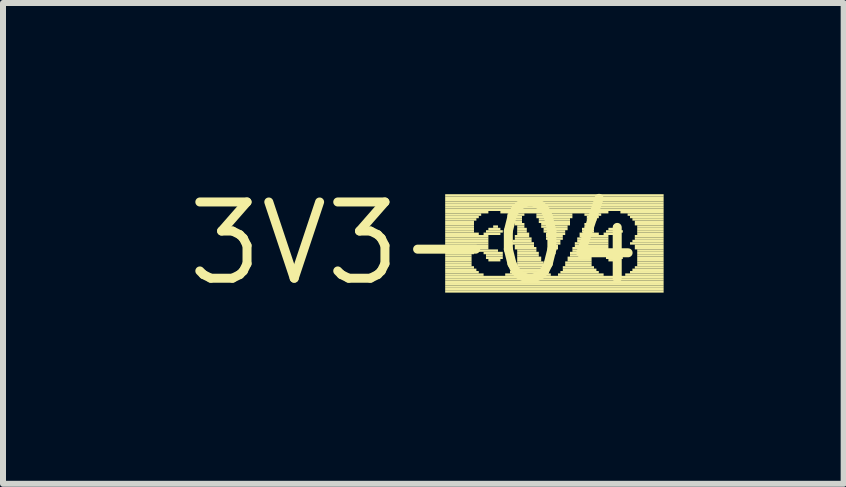
<source format=kicad_pcb>
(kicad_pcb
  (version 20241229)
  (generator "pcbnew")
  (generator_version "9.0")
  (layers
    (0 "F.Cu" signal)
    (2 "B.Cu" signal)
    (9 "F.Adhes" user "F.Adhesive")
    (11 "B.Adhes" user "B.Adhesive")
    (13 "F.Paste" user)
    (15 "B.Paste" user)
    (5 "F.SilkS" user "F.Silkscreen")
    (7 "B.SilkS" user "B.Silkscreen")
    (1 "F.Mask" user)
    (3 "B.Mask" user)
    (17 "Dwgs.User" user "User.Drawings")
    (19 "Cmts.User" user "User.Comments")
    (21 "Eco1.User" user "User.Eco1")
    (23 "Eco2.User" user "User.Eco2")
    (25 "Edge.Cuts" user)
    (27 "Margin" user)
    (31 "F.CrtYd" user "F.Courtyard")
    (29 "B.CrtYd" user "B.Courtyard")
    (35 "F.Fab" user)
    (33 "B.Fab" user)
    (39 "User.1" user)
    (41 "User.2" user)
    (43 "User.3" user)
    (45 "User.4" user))
  (footprint "3V3-04"
    (layer "F.Cu")
    (at 3.848 1.006)
    (property "Reference" "3V3-04" (at 0 0 0) (layer "F.SilkS") (effects (font (size 1.27 1.27) (thickness 0.15))))
    (fp_poly (pts (xy 0.52 -0.78) (xy 4.16 -0.78) (xy 4.16 -0.82) (xy 0.52 -0.82)) (stroke (width 0) (type solid)) (fill yes) (layer "F.SilkS"))
    (fp_poly (pts (xy 0.52 -0.74) (xy 4.16 -0.74) (xy 4.16 -0.78) (xy 0.52 -0.78)) (stroke (width 0) (type solid)) (fill yes) (layer "F.SilkS"))
    (fp_poly (pts (xy 0.52 -0.7) (xy 4.16 -0.7) (xy 4.16 -0.74) (xy 0.52 -0.74)) (stroke (width 0) (type solid)) (fill yes) (layer "F.SilkS"))
    (fp_poly (pts (xy 0.52 -0.66) (xy 4.16 -0.66) (xy 4.16 -0.7) (xy 0.52 -0.7)) (stroke (width 0) (type solid)) (fill yes) (layer "F.SilkS"))
    (fp_poly (pts (xy 0.52 -0.62) (xy 4.16 -0.62) (xy 4.16 -0.66) (xy 0.52 -0.66)) (stroke (width 0) (type solid)) (fill yes) (layer "F.SilkS"))
    (fp_poly (pts (xy 0.52 -0.58) (xy 4.16 -0.58) (xy 4.16 -0.62) (xy 0.52 -0.62)) (stroke (width 0) (type solid)) (fill yes) (layer "F.SilkS"))
    (fp_poly (pts (xy 0.52 -0.54) (xy 4.16 -0.54) (xy 4.16 -0.58) (xy 0.52 -0.58)) (stroke (width 0) (type solid)) (fill yes) (layer "F.SilkS"))
    (fp_poly (pts (xy 0.52 -0.5) (xy 1.24 -0.5) (xy 1.24 -0.54) (xy 0.52 -0.54)) (stroke (width 0) (type solid)) (fill yes) (layer "F.SilkS"))
    (fp_poly (pts (xy 0.52 -0.46) (xy 1.12 -0.46) (xy 1.12 -0.5) (xy 0.52 -0.5)) (stroke (width 0) (type solid)) (fill yes) (layer "F.SilkS"))
    (fp_poly (pts (xy 0.52 -0.42) (xy 1.08 -0.42) (xy 1.08 -0.46) (xy 0.52 -0.46)) (stroke (width 0) (type solid)) (fill yes) (layer "F.SilkS"))
    (fp_poly (pts (xy 0.52 -0.38) (xy 1.04 -0.38) (xy 1.04 -0.42) (xy 0.52 -0.42)) (stroke (width 0) (type solid)) (fill yes) (layer "F.SilkS"))
    (fp_poly (pts (xy 0.52 -0.34) (xy 1 -0.34) (xy 1 -0.38) (xy 0.52 -0.38)) (stroke (width 0) (type solid)) (fill yes) (layer "F.SilkS"))
    (fp_poly (pts (xy 0.52 -0.3) (xy 1 -0.3) (xy 1 -0.34) (xy 0.52 -0.34)) (stroke (width 0) (type solid)) (fill yes) (layer "F.SilkS"))
    (fp_poly (pts (xy 0.52 -0.26) (xy 1 -0.26) (xy 1 -0.3) (xy 0.52 -0.3)) (stroke (width 0) (type solid)) (fill yes) (layer "F.SilkS"))
    (fp_poly (pts (xy 0.52 -0.22) (xy 1 -0.22) (xy 1 -0.26) (xy 0.52 -0.26)) (stroke (width 0) (type solid)) (fill yes) (layer "F.SilkS"))
    (fp_poly (pts (xy 0.52 -0.18) (xy 1 -0.18) (xy 1 -0.22) (xy 0.52 -0.22)) (stroke (width 0) (type solid)) (fill yes) (layer "F.SilkS"))
    (fp_poly (pts (xy 0.52 -0.14) (xy 1.08 -0.14) (xy 1.08 -0.18) (xy 0.52 -0.18)) (stroke (width 0) (type solid)) (fill yes) (layer "F.SilkS"))
    (fp_poly (pts (xy 0.52 -0.1) (xy 1.24 -0.1) (xy 1.24 -0.14) (xy 0.52 -0.14)) (stroke (width 0) (type solid)) (fill yes) (layer "F.SilkS"))
    (fp_poly (pts (xy 0.52 -0.06) (xy 1.24 -0.06) (xy 1.24 -0.1) (xy 0.52 -0.1)) (stroke (width 0) (type solid)) (fill yes) (layer "F.SilkS"))
    (fp_poly (pts (xy 0.52 -0.02) (xy 1.24 -0.02) (xy 1.24 -0.06) (xy 0.52 -0.06)) (stroke (width 0) (type solid)) (fill yes) (layer "F.SilkS"))
    (fp_poly (pts (xy 0.52 0.02) (xy 1.24 0.02) (xy 1.24 -0.02) (xy 0.52 -0.02)) (stroke (width 0) (type solid)) (fill yes) (layer "F.SilkS"))
    (fp_poly (pts (xy 0.52 0.06) (xy 1.24 0.06) (xy 1.24 0.02) (xy 0.52 0.02)) (stroke (width 0) (type solid)) (fill yes) (layer "F.SilkS"))
    (fp_poly (pts (xy 0.52 0.1) (xy 1.24 0.1) (xy 1.24 0.06) (xy 0.52 0.06)) (stroke (width 0) (type solid)) (fill yes) (layer "F.SilkS"))
    (fp_poly (pts (xy 0.52 0.14) (xy 1.4 0.14) (xy 1.4 0.1) (xy 0.52 0.1)) (stroke (width 0) (type solid)) (fill yes) (layer "F.SilkS"))
    (fp_poly (pts (xy 0.52 0.18) (xy 1 0.18) (xy 1 0.14) (xy 0.52 0.14)) (stroke (width 0) (type solid)) (fill yes) (layer "F.SilkS"))
    (fp_poly (pts (xy 0.52 0.22) (xy 0.96 0.22) (xy 0.96 0.18) (xy 0.52 0.18)) (stroke (width 0) (type solid)) (fill yes) (layer "F.SilkS"))
    (fp_poly (pts (xy 0.52 0.26) (xy 0.96 0.26) (xy 0.96 0.22) (xy 0.52 0.22)) (stroke (width 0) (type solid)) (fill yes) (layer "F.SilkS"))
    (fp_poly (pts (xy 0.52 0.3) (xy 0.96 0.3) (xy 0.96 0.26) (xy 0.52 0.26)) (stroke (width 0) (type solid)) (fill yes) (layer "F.SilkS"))
    (fp_poly (pts (xy 0.52 0.34) (xy 0.96 0.34) (xy 0.96 0.3) (xy 0.52 0.3)) (stroke (width 0) (type solid)) (fill yes) (layer "F.SilkS"))
    (fp_poly (pts (xy 0.52 0.38) (xy 0.96 0.38) (xy 0.96 0.34) (xy 0.52 0.34)) (stroke (width 0) (type solid)) (fill yes) (layer "F.SilkS"))
    (fp_poly (pts (xy 0.52 0.42) (xy 1 0.42) (xy 1 0.38) (xy 0.52 0.38)) (stroke (width 0) (type solid)) (fill yes) (layer "F.SilkS"))
    (fp_poly (pts (xy 0.52 0.46) (xy 1.04 0.46) (xy 1.04 0.42) (xy 0.52 0.42)) (stroke (width 0) (type solid)) (fill yes) (layer "F.SilkS"))
    (fp_poly (pts (xy 0.52 0.5) (xy 1.08 0.5) (xy 1.08 0.46) (xy 0.52 0.46)) (stroke (width 0) (type solid)) (fill yes) (layer "F.SilkS"))
    (fp_poly (pts (xy 0.52 0.54) (xy 1.16 0.54) (xy 1.16 0.5) (xy 0.52 0.5)) (stroke (width 0) (type solid)) (fill yes) (layer "F.SilkS"))
    (fp_poly (pts (xy 0.52 0.58) (xy 4.16 0.58) (xy 4.16 0.54) (xy 0.52 0.54)) (stroke (width 0) (type solid)) (fill yes) (layer "F.SilkS"))
    (fp_poly (pts (xy 0.52 0.62) (xy 4.16 0.62) (xy 4.16 0.58) (xy 0.52 0.58)) (stroke (width 0) (type solid)) (fill yes) (layer "F.SilkS"))
    (fp_poly (pts (xy 0.52 0.66) (xy 4.16 0.66) (xy 4.16 0.62) (xy 0.52 0.62)) (stroke (width 0) (type solid)) (fill yes) (layer "F.SilkS"))
    (fp_poly (pts (xy 0.52 0.7) (xy 4.16 0.7) (xy 4.16 0.66) (xy 0.52 0.66)) (stroke (width 0) (type solid)) (fill yes) (layer "F.SilkS"))
    (fp_poly (pts (xy 0.52 0.74) (xy 4.16 0.74) (xy 4.16 0.7) (xy 0.52 0.7)) (stroke (width 0) (type solid)) (fill yes) (layer "F.SilkS"))
    (fp_poly (pts (xy 0.52 0.78) (xy 4.16 0.78) (xy 4.16 0.74) (xy 0.52 0.74)) (stroke (width 0) (type solid)) (fill yes) (layer "F.SilkS"))
    (fp_poly (pts (xy 0.52 0.82) (xy 4.16 0.82) (xy 4.16 0.78) (xy 0.52 0.78)) (stroke (width 0) (type solid)) (fill yes) (layer "F.SilkS"))
    (fp_poly (pts (xy 1.16 -0.14) (xy 1.44 -0.14) (xy 1.44 -0.18) (xy 1.16 -0.18)) (stroke (width 0) (type solid)) (fill yes) (layer "F.SilkS"))
    (fp_poly (pts (xy 1.16 0.18) (xy 1.48 0.18) (xy 1.48 0.14) (xy 1.16 0.14)) (stroke (width 0) (type solid)) (fill yes) (layer "F.SilkS"))
    (fp_poly (pts (xy 1.2 -0.18) (xy 1.48 -0.18) (xy 1.48 -0.22) (xy 1.2 -0.22)) (stroke (width 0) (type solid)) (fill yes) (layer "F.SilkS"))
    (fp_poly (pts (xy 1.2 0.22) (xy 1.48 0.22) (xy 1.48 0.18) (xy 1.2 0.18)) (stroke (width 0) (type solid)) (fill yes) (layer "F.SilkS"))
    (fp_poly (pts (xy 1.2 0.26) (xy 1.48 0.26) (xy 1.48 0.22) (xy 1.2 0.22)) (stroke (width 0) (type solid)) (fill yes) (layer "F.SilkS"))
    (fp_poly (pts (xy 1.24 -0.22) (xy 1.44 -0.22) (xy 1.44 -0.26) (xy 1.24 -0.26)) (stroke (width 0) (type solid)) (fill yes) (layer "F.SilkS"))
    (fp_poly (pts (xy 1.24 0.3) (xy 1.44 0.3) (xy 1.44 0.26) (xy 1.24 0.26)) (stroke (width 0) (type solid)) (fill yes) (layer "F.SilkS"))
    (fp_poly (pts (xy 1.32 -0.26) (xy 1.4 -0.26) (xy 1.4 -0.3) (xy 1.32 -0.3)) (stroke (width 0) (type solid)) (fill yes) (layer "F.SilkS"))
    (fp_poly (pts (xy 1.44 -0.5) (xy 3.24 -0.5) (xy 3.24 -0.54) (xy 1.44 -0.54)) (stroke (width 0) (type solid)) (fill yes) (layer "F.SilkS"))
    (fp_poly (pts (xy 1.52 0.54) (xy 2.28 0.54) (xy 2.28 0.5) (xy 1.52 0.5)) (stroke (width 0) (type solid)) (fill yes) (layer "F.SilkS"))
    (fp_poly (pts (xy 1.56 -0.46) (xy 1.84 -0.46) (xy 1.84 -0.5) (xy 1.56 -0.5)) (stroke (width 0) (type solid)) (fill yes) (layer "F.SilkS"))
    (fp_poly (pts (xy 1.6 -0.42) (xy 1.8 -0.42) (xy 1.8 -0.46) (xy 1.6 -0.46)) (stroke (width 0) (type solid)) (fill yes) (layer "F.SilkS"))
    (fp_poly (pts (xy 1.6 0.02) (xy 2 0.02) (xy 2 -0.02) (xy 1.6 -0.02)) (stroke (width 0) (type solid)) (fill yes) (layer "F.SilkS"))
    (fp_poly (pts (xy 1.6 0.5) (xy 2.24 0.5) (xy 2.24 0.46) (xy 1.6 0.46)) (stroke (width 0) (type solid)) (fill yes) (layer "F.SilkS"))
    (fp_poly (pts (xy 1.64 -0.38) (xy 1.8 -0.38) (xy 1.8 -0.42) (xy 1.64 -0.42)) (stroke (width 0) (type solid)) (fill yes) (layer "F.SilkS"))
    (fp_poly (pts (xy 1.64 -0.02) (xy 1.96 -0.02) (xy 1.96 -0.06) (xy 1.64 -0.06)) (stroke (width 0) (type solid)) (fill yes) (layer "F.SilkS"))
    (fp_poly (pts (xy 1.64 0.46) (xy 2.2 0.46) (xy 2.2 0.42) (xy 1.64 0.42)) (stroke (width 0) (type solid)) (fill yes) (layer "F.SilkS"))
    (fp_poly (pts (xy 1.68 -0.34) (xy 1.8 -0.34) (xy 1.8 -0.38) (xy 1.68 -0.38)) (stroke (width 0) (type solid)) (fill yes) (layer "F.SilkS"))
    (fp_poly (pts (xy 1.68 -0.3) (xy 1.84 -0.3) (xy 1.84 -0.34) (xy 1.68 -0.34)) (stroke (width 0) (type solid)) (fill yes) (layer "F.SilkS"))
    (fp_poly (pts (xy 1.68 -0.1) (xy 1.92 -0.1) (xy 1.92 -0.14) (xy 1.68 -0.14)) (stroke (width 0) (type solid)) (fill yes) (layer "F.SilkS"))
    (fp_poly (pts (xy 1.68 -0.06) (xy 1.96 -0.06) (xy 1.96 -0.1) (xy 1.68 -0.1)) (stroke (width 0) (type solid)) (fill yes) (layer "F.SilkS"))
    (fp_poly (pts (xy 1.68 0.06) (xy 2 0.06) (xy 2 0.02) (xy 1.68 0.02)) (stroke (width 0) (type solid)) (fill yes) (layer "F.SilkS"))
    (fp_poly (pts (xy 1.68 0.1) (xy 2.04 0.1) (xy 2.04 0.06) (xy 1.68 0.06)) (stroke (width 0) (type solid)) (fill yes) (layer "F.SilkS"))
    (fp_poly (pts (xy 1.68 0.42) (xy 2.2 0.42) (xy 2.2 0.38) (xy 1.68 0.38)) (stroke (width 0) (type solid)) (fill yes) (layer "F.SilkS"))
    (fp_poly (pts (xy 1.72 -0.26) (xy 1.84 -0.26) (xy 1.84 -0.3) (xy 1.72 -0.3)) (stroke (width 0) (type solid)) (fill yes) (layer "F.SilkS"))
    (fp_poly (pts (xy 1.72 -0.22) (xy 1.88 -0.22) (xy 1.88 -0.26) (xy 1.72 -0.26)) (stroke (width 0) (type solid)) (fill yes) (layer "F.SilkS"))
    (fp_poly (pts (xy 1.72 -0.18) (xy 1.88 -0.18) (xy 1.88 -0.22) (xy 1.72 -0.22)) (stroke (width 0) (type solid)) (fill yes) (layer "F.SilkS"))
    (fp_poly (pts (xy 1.72 -0.14) (xy 1.92 -0.14) (xy 1.92 -0.18) (xy 1.72 -0.18)) (stroke (width 0) (type solid)) (fill yes) (layer "F.SilkS"))
    (fp_poly (pts (xy 1.72 0.14) (xy 2.04 0.14) (xy 2.04 0.1) (xy 1.72 0.1)) (stroke (width 0) (type solid)) (fill yes) (layer "F.SilkS"))
    (fp_poly (pts (xy 1.72 0.18) (xy 2.08 0.18) (xy 2.08 0.14) (xy 1.72 0.14)) (stroke (width 0) (type solid)) (fill yes) (layer "F.SilkS"))
    (fp_poly (pts (xy 1.72 0.22) (xy 2.08 0.22) (xy 2.08 0.18) (xy 1.72 0.18)) (stroke (width 0) (type solid)) (fill yes) (layer "F.SilkS"))
    (fp_poly (pts (xy 1.72 0.26) (xy 2.12 0.26) (xy 2.12 0.22) (xy 1.72 0.22)) (stroke (width 0) (type solid)) (fill yes) (layer "F.SilkS"))
    (fp_poly (pts (xy 1.72 0.3) (xy 2.12 0.3) (xy 2.12 0.26) (xy 1.72 0.26)) (stroke (width 0) (type solid)) (fill yes) (layer "F.SilkS"))
    (fp_poly (pts (xy 1.72 0.34) (xy 2.16 0.34) (xy 2.16 0.3) (xy 1.72 0.3)) (stroke (width 0) (type solid)) (fill yes) (layer "F.SilkS"))
    (fp_poly (pts (xy 1.72 0.38) (xy 2.16 0.38) (xy 2.16 0.34) (xy 1.72 0.34)) (stroke (width 0) (type solid)) (fill yes) (layer "F.SilkS"))
    (fp_poly (pts (xy 2.04 -0.46) (xy 2.64 -0.46) (xy 2.64 -0.5) (xy 2.04 -0.5)) (stroke (width 0) (type solid)) (fill yes) (layer "F.SilkS"))
    (fp_poly (pts (xy 2.04 -0.42) (xy 2.64 -0.42) (xy 2.64 -0.46) (xy 2.04 -0.46)) (stroke (width 0) (type solid)) (fill yes) (layer "F.SilkS"))
    (fp_poly (pts (xy 2.08 -0.38) (xy 2.6 -0.38) (xy 2.6 -0.42) (xy 2.08 -0.42)) (stroke (width 0) (type solid)) (fill yes) (layer "F.SilkS"))
    (fp_poly (pts (xy 2.08 -0.34) (xy 2.6 -0.34) (xy 2.6 -0.38) (xy 2.08 -0.38)) (stroke (width 0) (type solid)) (fill yes) (layer "F.SilkS"))
    (fp_poly (pts (xy 2.12 -0.3) (xy 2.6 -0.3) (xy 2.6 -0.34) (xy 2.12 -0.34)) (stroke (width 0) (type solid)) (fill yes) (layer "F.SilkS"))
    (fp_poly (pts (xy 2.12 -0.26) (xy 2.56 -0.26) (xy 2.56 -0.3) (xy 2.12 -0.3)) (stroke (width 0) (type solid)) (fill yes) (layer "F.SilkS"))
    (fp_poly (pts (xy 2.16 -0.22) (xy 2.56 -0.22) (xy 2.56 -0.26) (xy 2.16 -0.26)) (stroke (width 0) (type solid)) (fill yes) (layer "F.SilkS"))
    (fp_poly (pts (xy 2.16 -0.18) (xy 2.52 -0.18) (xy 2.52 -0.22) (xy 2.16 -0.22)) (stroke (width 0) (type solid)) (fill yes) (layer "F.SilkS"))
    (fp_poly (pts (xy 2.2 -0.14) (xy 2.52 -0.14) (xy 2.52 -0.18) (xy 2.2 -0.18)) (stroke (width 0) (type solid)) (fill yes) (layer "F.SilkS"))
    (fp_poly (pts (xy 2.2 -0.1) (xy 2.48 -0.1) (xy 2.48 -0.14) (xy 2.2 -0.14)) (stroke (width 0) (type solid)) (fill yes) (layer "F.SilkS"))
    (fp_poly (pts (xy 2.2 -0.06) (xy 2.48 -0.06) (xy 2.48 -0.1) (xy 2.2 -0.1)) (stroke (width 0) (type solid)) (fill yes) (layer "F.SilkS"))
    (fp_poly (pts (xy 2.24 -0.02) (xy 2.44 -0.02) (xy 2.44 -0.06) (xy 2.24 -0.06)) (stroke (width 0) (type solid)) (fill yes) (layer "F.SilkS"))
    (fp_poly (pts (xy 2.24 0.02) (xy 2.44 0.02) (xy 2.44 -0.02) (xy 2.24 -0.02)) (stroke (width 0) (type solid)) (fill yes) (layer "F.SilkS"))
    (fp_poly (pts (xy 2.28 0.06) (xy 2.4 0.06) (xy 2.4 0.02) (xy 2.28 0.02)) (stroke (width 0) (type solid)) (fill yes) (layer "F.SilkS"))
    (fp_poly (pts (xy 2.28 0.1) (xy 2.4 0.1) (xy 2.4 0.06) (xy 2.28 0.06)) (stroke (width 0) (type solid)) (fill yes) (layer "F.SilkS"))
    (fp_poly (pts (xy 2.32 0.14) (xy 2.36 0.14) (xy 2.36 0.1) (xy 2.32 0.1)) (stroke (width 0) (type solid)) (fill yes) (layer "F.SilkS"))
    (fp_poly (pts (xy 2.32 0.18) (xy 2.36 0.18) (xy 2.36 0.14) (xy 2.32 0.14)) (stroke (width 0) (type solid)) (fill yes) (layer "F.SilkS"))
    (fp_poly (pts (xy 2.4 0.54) (xy 3.16 0.54) (xy 3.16 0.5) (xy 2.4 0.5)) (stroke (width 0) (type solid)) (fill yes) (layer "F.SilkS"))
    (fp_poly (pts (xy 2.44 0.5) (xy 3.08 0.5) (xy 3.08 0.46) (xy 2.44 0.46)) (stroke (width 0) (type solid)) (fill yes) (layer "F.SilkS"))
    (fp_poly (pts (xy 2.48 0.42) (xy 3 0.42) (xy 3 0.38) (xy 2.48 0.38)) (stroke (width 0) (type solid)) (fill yes) (layer "F.SilkS"))
    (fp_poly (pts (xy 2.48 0.46) (xy 3.04 0.46) (xy 3.04 0.42) (xy 2.48 0.42)) (stroke (width 0) (type solid)) (fill yes) (layer "F.SilkS"))
    (fp_poly (pts (xy 2.52 0.34) (xy 2.96 0.34) (xy 2.96 0.3) (xy 2.52 0.3)) (stroke (width 0) (type solid)) (fill yes) (layer "F.SilkS"))
    (fp_poly (pts (xy 2.52 0.38) (xy 2.96 0.38) (xy 2.96 0.34) (xy 2.52 0.34)) (stroke (width 0) (type solid)) (fill yes) (layer "F.SilkS"))
    (fp_poly (pts (xy 2.56 0.26) (xy 2.96 0.26) (xy 2.96 0.22) (xy 2.56 0.22)) (stroke (width 0) (type solid)) (fill yes) (layer "F.SilkS"))
    (fp_poly (pts (xy 2.56 0.3) (xy 2.96 0.3) (xy 2.96 0.26) (xy 2.56 0.26)) (stroke (width 0) (type solid)) (fill yes) (layer "F.SilkS"))
    (fp_poly (pts (xy 2.6 0.18) (xy 3 0.18) (xy 3 0.14) (xy 2.6 0.14)) (stroke (width 0) (type solid)) (fill yes) (layer "F.SilkS"))
    (fp_poly (pts (xy 2.6 0.22) (xy 2.96 0.22) (xy 2.96 0.18) (xy 2.6 0.18)) (stroke (width 0) (type solid)) (fill yes) (layer "F.SilkS"))
    (fp_poly (pts (xy 2.64 0.1) (xy 3.24 0.1) (xy 3.24 0.06) (xy 2.64 0.06)) (stroke (width 0) (type solid)) (fill yes) (layer "F.SilkS"))
    (fp_poly (pts (xy 2.64 0.14) (xy 3.4 0.14) (xy 3.4 0.1) (xy 2.64 0.1)) (stroke (width 0) (type solid)) (fill yes) (layer "F.SilkS"))
    (fp_poly (pts (xy 2.68 0.02) (xy 3.24 0.02) (xy 3.24 -0.02) (xy 2.68 -0.02)) (stroke (width 0) (type solid)) (fill yes) (layer "F.SilkS"))
    (fp_poly (pts (xy 2.68 0.06) (xy 3.24 0.06) (xy 3.24 0.02) (xy 2.68 0.02)) (stroke (width 0) (type solid)) (fill yes) (layer "F.SilkS"))
    (fp_poly (pts (xy 2.72 -0.06) (xy 3.24 -0.06) (xy 3.24 -0.1) (xy 2.72 -0.1)) (stroke (width 0) (type solid)) (fill yes) (layer "F.SilkS"))
    (fp_poly (pts (xy 2.72 -0.02) (xy 3.24 -0.02) (xy 3.24 -0.06) (xy 2.72 -0.06)) (stroke (width 0) (type solid)) (fill yes) (layer "F.SilkS"))
    (fp_poly (pts (xy 2.76 -0.14) (xy 3.08 -0.14) (xy 3.08 -0.18) (xy 2.76 -0.18)) (stroke (width 0) (type solid)) (fill yes) (layer "F.SilkS"))
    (fp_poly (pts (xy 2.76 -0.1) (xy 3.24 -0.1) (xy 3.24 -0.14) (xy 2.76 -0.14)) (stroke (width 0) (type solid)) (fill yes) (layer "F.SilkS"))
    (fp_poly (pts (xy 2.8 -0.22) (xy 3 -0.22) (xy 3 -0.26) (xy 2.8 -0.26)) (stroke (width 0) (type solid)) (fill yes) (layer "F.SilkS"))
    (fp_poly (pts (xy 2.8 -0.18) (xy 3 -0.18) (xy 3 -0.22) (xy 2.8 -0.22)) (stroke (width 0) (type solid)) (fill yes) (layer "F.SilkS"))
    (fp_poly (pts (xy 2.84 -0.46) (xy 3.12 -0.46) (xy 3.12 -0.5) (xy 2.84 -0.5)) (stroke (width 0) (type solid)) (fill yes) (layer "F.SilkS"))
    (fp_poly (pts (xy 2.84 -0.3) (xy 3 -0.3) (xy 3 -0.34) (xy 2.84 -0.34)) (stroke (width 0) (type solid)) (fill yes) (layer "F.SilkS"))
    (fp_poly (pts (xy 2.84 -0.26) (xy 3 -0.26) (xy 3 -0.3) (xy 2.84 -0.3)) (stroke (width 0) (type solid)) (fill yes) (layer "F.SilkS"))
    (fp_poly (pts (xy 2.88 -0.42) (xy 3.08 -0.42) (xy 3.08 -0.46) (xy 2.88 -0.46)) (stroke (width 0) (type solid)) (fill yes) (layer "F.SilkS"))
    (fp_poly (pts (xy 2.88 -0.38) (xy 3.04 -0.38) (xy 3.04 -0.42) (xy 2.88 -0.42)) (stroke (width 0) (type solid)) (fill yes) (layer "F.SilkS"))
    (fp_poly (pts (xy 2.88 -0.34) (xy 3 -0.34) (xy 3 -0.38) (xy 2.88 -0.38)) (stroke (width 0) (type solid)) (fill yes) (layer "F.SilkS"))
    (fp_poly (pts (xy 3.16 -0.14) (xy 3.44 -0.14) (xy 3.44 -0.18) (xy 3.16 -0.18)) (stroke (width 0) (type solid)) (fill yes) (layer "F.SilkS"))
    (fp_poly (pts (xy 3.16 0.18) (xy 3.48 0.18) (xy 3.48 0.14) (xy 3.16 0.14)) (stroke (width 0) (type solid)) (fill yes) (layer "F.SilkS"))
    (fp_poly (pts (xy 3.2 -0.18) (xy 3.48 -0.18) (xy 3.48 -0.22) (xy 3.2 -0.22)) (stroke (width 0) (type solid)) (fill yes) (layer "F.SilkS"))
    (fp_poly (pts (xy 3.2 0.22) (xy 3.48 0.22) (xy 3.48 0.18) (xy 3.2 0.18)) (stroke (width 0) (type solid)) (fill yes) (layer "F.SilkS"))
    (fp_poly (pts (xy 3.2 0.26) (xy 3.48 0.26) (xy 3.48 0.22) (xy 3.2 0.22)) (stroke (width 0) (type solid)) (fill yes) (layer "F.SilkS"))
    (fp_poly (pts (xy 3.24 -0.22) (xy 3.44 -0.22) (xy 3.44 -0.26) (xy 3.24 -0.26)) (stroke (width 0) (type solid)) (fill yes) (layer "F.SilkS"))
    (fp_poly (pts (xy 3.24 0.3) (xy 3.44 0.3) (xy 3.44 0.26) (xy 3.24 0.26)) (stroke (width 0) (type solid)) (fill yes) (layer "F.SilkS"))
    (fp_poly (pts (xy 3.32 -0.26) (xy 3.4 -0.26) (xy 3.4 -0.3) (xy 3.32 -0.3)) (stroke (width 0) (type solid)) (fill yes) (layer "F.SilkS"))
    (fp_poly (pts (xy 3.44 -0.5) (xy 4.16 -0.5) (xy 4.16 -0.54) (xy 3.44 -0.54)) (stroke (width 0) (type solid)) (fill yes) (layer "F.SilkS"))
    (fp_poly (pts (xy 3.52 0.54) (xy 4.16 0.54) (xy 4.16 0.5) (xy 3.52 0.5)) (stroke (width 0) (type solid)) (fill yes) (layer "F.SilkS"))
    (fp_poly (pts (xy 3.56 -0.46) (xy 4.16 -0.46) (xy 4.16 -0.5) (xy 3.56 -0.5)) (stroke (width 0) (type solid)) (fill yes) (layer "F.SilkS"))
    (fp_poly (pts (xy 3.6 -0.42) (xy 4.16 -0.42) (xy 4.16 -0.46) (xy 3.6 -0.46)) (stroke (width 0) (type solid)) (fill yes) (layer "F.SilkS"))
    (fp_poly (pts (xy 3.6 0.02) (xy 4.16 0.02) (xy 4.16 -0.02) (xy 3.6 -0.02)) (stroke (width 0) (type solid)) (fill yes) (layer "F.SilkS"))
    (fp_poly (pts (xy 3.6 0.5) (xy 4.16 0.5) (xy 4.16 0.46) (xy 3.6 0.46)) (stroke (width 0) (type solid)) (fill yes) (layer "F.SilkS"))
    (fp_poly (pts (xy 3.64 -0.38) (xy 4.16 -0.38) (xy 4.16 -0.42) (xy 3.64 -0.42)) (stroke (width 0) (type solid)) (fill yes) (layer "F.SilkS"))
    (fp_poly (pts (xy 3.64 -0.02) (xy 4.16 -0.02) (xy 4.16 -0.06) (xy 3.64 -0.06)) (stroke (width 0) (type solid)) (fill yes) (layer "F.SilkS"))
    (fp_poly (pts (xy 3.64 0.46) (xy 4.16 0.46) (xy 4.16 0.42) (xy 3.64 0.42)) (stroke (width 0) (type solid)) (fill yes) (layer "F.SilkS"))
    (fp_poly (pts (xy 3.68 -0.34) (xy 4.16 -0.34) (xy 4.16 -0.38) (xy 3.68 -0.38)) (stroke (width 0) (type solid)) (fill yes) (layer "F.SilkS"))
    (fp_poly (pts (xy 3.68 -0.3) (xy 4.16 -0.3) (xy 4.16 -0.34) (xy 3.68 -0.34)) (stroke (width 0) (type solid)) (fill yes) (layer "F.SilkS"))
    (fp_poly (pts (xy 3.68 -0.1) (xy 4.16 -0.1) (xy 4.16 -0.14) (xy 3.68 -0.14)) (stroke (width 0) (type solid)) (fill yes) (layer "F.SilkS"))
    (fp_poly (pts (xy 3.68 -0.06) (xy 4.16 -0.06) (xy 4.16 -0.1) (xy 3.68 -0.1)) (stroke (width 0) (type solid)) (fill yes) (layer "F.SilkS"))
    (fp_poly (pts (xy 3.68 0.06) (xy 4.16 0.06) (xy 4.16 0.02) (xy 3.68 0.02)) (stroke (width 0) (type solid)) (fill yes) (layer "F.SilkS"))
    (fp_poly (pts (xy 3.68 0.1) (xy 4.16 0.1) (xy 4.16 0.06) (xy 3.68 0.06)) (stroke (width 0) (type solid)) (fill yes) (layer "F.SilkS"))
    (fp_poly (pts (xy 3.68 0.42) (xy 4.16 0.42) (xy 4.16 0.38) (xy 3.68 0.38)) (stroke (width 0) (type solid)) (fill yes) (layer "F.SilkS"))
    (fp_poly (pts (xy 3.72 -0.26) (xy 4.16 -0.26) (xy 4.16 -0.3) (xy 3.72 -0.3)) (stroke (width 0) (type solid)) (fill yes) (layer "F.SilkS"))
    (fp_poly (pts (xy 3.72 -0.22) (xy 4.16 -0.22) (xy 4.16 -0.26) (xy 3.72 -0.26)) (stroke (width 0) (type solid)) (fill yes) (layer "F.SilkS"))
    (fp_poly (pts (xy 3.72 -0.18) (xy 4.16 -0.18) (xy 4.16 -0.22) (xy 3.72 -0.22)) (stroke (width 0) (type solid)) (fill yes) (layer "F.SilkS"))
    (fp_poly (pts (xy 3.72 -0.14) (xy 4.16 -0.14) (xy 4.16 -0.18) (xy 3.72 -0.18)) (stroke (width 0) (type solid)) (fill yes) (layer "F.SilkS"))
    (fp_poly (pts (xy 3.72 0.14) (xy 4.16 0.14) (xy 4.16 0.1) (xy 3.72 0.1)) (stroke (width 0) (type solid)) (fill yes) (layer "F.SilkS"))
    (fp_poly (pts (xy 3.72 0.18) (xy 4.16 0.18) (xy 4.16 0.14) (xy 3.72 0.14)) (stroke (width 0) (type solid)) (fill yes) (layer "F.SilkS"))
    (fp_poly (pts (xy 3.72 0.22) (xy 4.16 0.22) (xy 4.16 0.18) (xy 3.72 0.18)) (stroke (width 0) (type solid)) (fill yes) (layer "F.SilkS"))
    (fp_poly (pts (xy 3.72 0.26) (xy 4.16 0.26) (xy 4.16 0.22) (xy 3.72 0.22)) (stroke (width 0) (type solid)) (fill yes) (layer "F.SilkS"))
    (fp_poly (pts (xy 3.72 0.3) (xy 4.16 0.3) (xy 4.16 0.26) (xy 3.72 0.26)) (stroke (width 0) (type solid)) (fill yes) (layer "F.SilkS"))
    (fp_poly (pts (xy 3.72 0.34) (xy 4.16 0.34) (xy 4.16 0.3) (xy 3.72 0.3)) (stroke (width 0) (type solid)) (fill yes) (layer "F.SilkS"))
    (fp_poly (pts (xy 3.72 0.38) (xy 4.16 0.38) (xy 4.16 0.34) (xy 3.72 0.34)) (stroke (width 0) (type solid)) (fill yes) (layer "F.SilkS")))
  (gr_rect
    (start -3 -3)
    (end 11.008 5.012)
    (stroke (width 0.1) (type default))
    (fill no)
    (layer "Edge.Cuts")))
</source>
